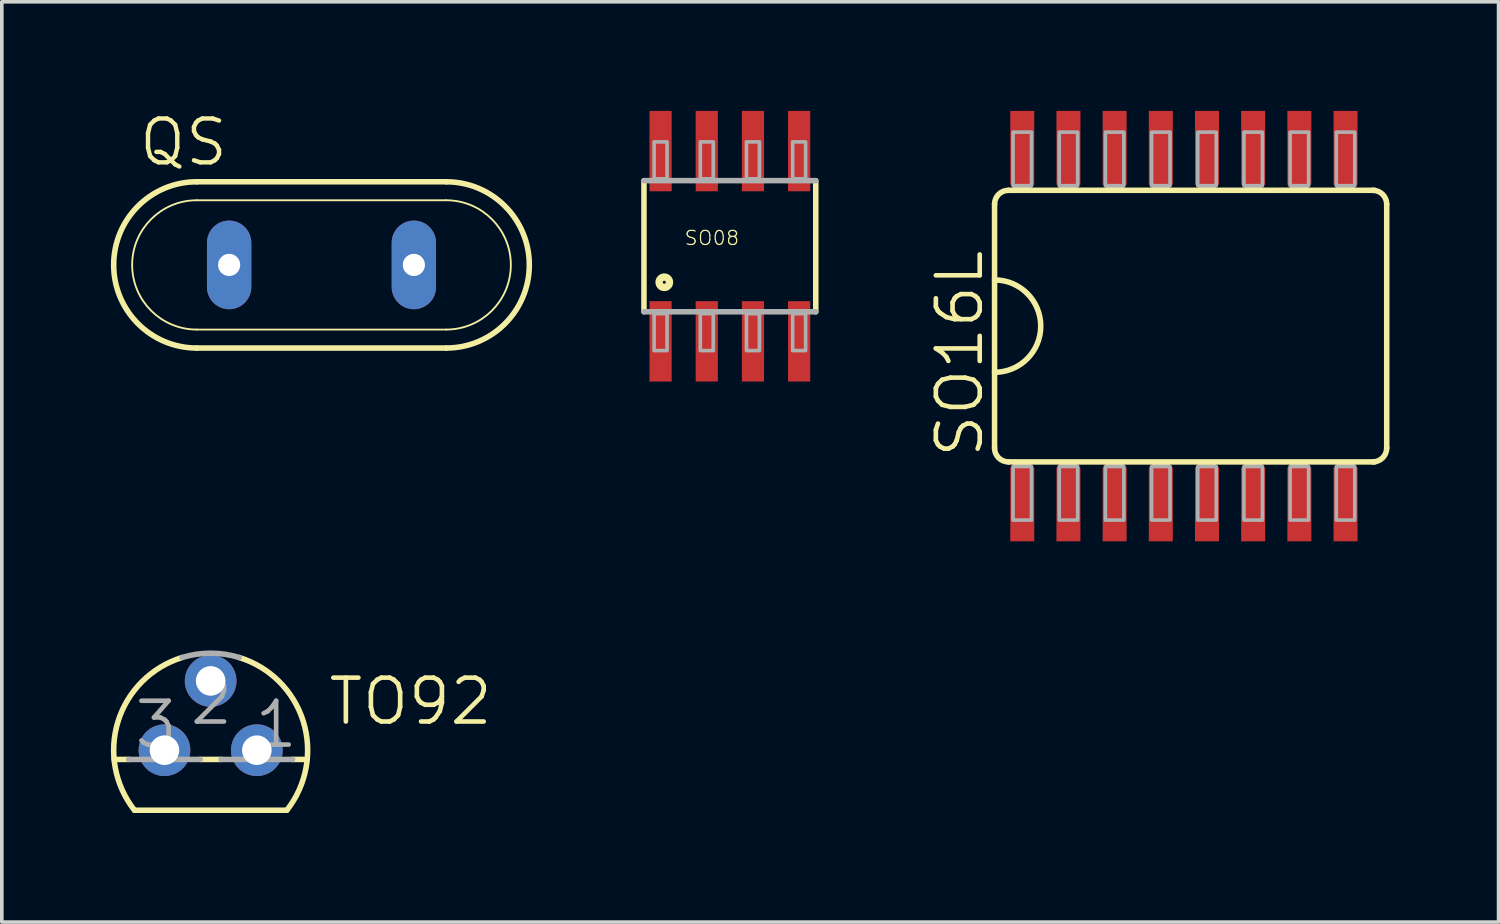
<source format=kicad_pcb>
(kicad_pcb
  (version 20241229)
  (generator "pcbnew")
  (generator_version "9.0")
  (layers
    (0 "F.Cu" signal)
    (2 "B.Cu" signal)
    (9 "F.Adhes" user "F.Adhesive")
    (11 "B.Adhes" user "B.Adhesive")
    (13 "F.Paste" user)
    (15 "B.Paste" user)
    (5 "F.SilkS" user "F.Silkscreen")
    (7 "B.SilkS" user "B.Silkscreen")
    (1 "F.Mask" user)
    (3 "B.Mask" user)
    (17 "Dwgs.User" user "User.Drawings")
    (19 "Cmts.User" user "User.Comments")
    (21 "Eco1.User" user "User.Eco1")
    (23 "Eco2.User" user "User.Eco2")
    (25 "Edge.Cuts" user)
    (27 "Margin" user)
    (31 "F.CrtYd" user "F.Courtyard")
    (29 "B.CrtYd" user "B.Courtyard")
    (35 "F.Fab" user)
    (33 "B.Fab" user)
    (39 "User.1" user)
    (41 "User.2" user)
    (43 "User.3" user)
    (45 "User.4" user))
  (footprint "SO08"
    (layer "F.Cu")
    (at 17.021 3.721)
    (property "Reference" "SO08" (at -1.27 0 0) (layer "F.SilkS") (effects (font (size 0.386 0.386) (thickness 0.033)) (justify left bottom)))
    (attr through_hole)
    (fp_line (start -2.362 -1.803) (end -2.362 1.803) (stroke (width 0.152) (type solid)) (layer "F.SilkS"))
    (fp_line (start 2.362 1.803) (end 2.362 -1.803) (stroke (width 0.152) (type solid)) (layer "F.SilkS"))
    (fp_circle (center -1.803 0.991) (end -1.66 0.991) (stroke (width 0.203) (type solid)) (fill no) (layer "F.SilkS"))
    (fp_line (start -2.362 1.803) (end 2.362 1.803) (stroke (width 0.152) (type solid)) (layer "F.Fab"))
    (fp_line (start 2.362 -1.803) (end -2.362 -1.803) (stroke (width 0.152) (type solid)) (layer "F.Fab"))
    (fp_poly (pts (xy -2.083 -1.854) (xy -1.727 -1.854) (xy -1.727 -2.87) (xy -2.083 -2.87)) (stroke (width 0.1) (type solid)) (fill no) (layer "F.Fab"))
    (fp_poly (pts (xy -2.083 2.87) (xy -1.727 2.87) (xy -1.727 1.854) (xy -2.083 1.854)) (stroke (width 0.1) (type solid)) (fill no) (layer "F.Fab"))
    (fp_poly (pts (xy -0.813 -1.854) (xy -0.457 -1.854) (xy -0.457 -2.87) (xy -0.813 -2.87)) (stroke (width 0.1) (type solid)) (fill no) (layer "F.Fab"))
    (fp_poly (pts (xy -0.813 2.87) (xy -0.457 2.87) (xy -0.457 1.854) (xy -0.813 1.854)) (stroke (width 0.1) (type solid)) (fill no) (layer "F.Fab"))
    (fp_poly (pts (xy 0.457 -1.854) (xy 0.813 -1.854) (xy 0.813 -2.87) (xy 0.457 -2.87)) (stroke (width 0.1) (type solid)) (fill no) (layer "F.Fab"))
    (fp_poly (pts (xy 0.457 2.87) (xy 0.813 2.87) (xy 0.813 1.854) (xy 0.457 1.854)) (stroke (width 0.1) (type solid)) (fill no) (layer "F.Fab"))
    (fp_poly (pts (xy 1.727 -1.854) (xy 2.083 -1.854) (xy 2.083 -2.87) (xy 1.727 -2.87)) (stroke (width 0.1) (type solid)) (fill no) (layer "F.Fab"))
    (fp_poly (pts (xy 1.727 2.87) (xy 2.083 2.87) (xy 2.083 1.854) (xy 1.727 1.854)) (stroke (width 0.1) (type solid)) (fill no) (layer "F.Fab"))
    (pad "1" smd rect (at -1.905 2.616) (size 0.61 2.21) (layers "F.Cu" "F.Mask" "F.Paste"))
    (pad "2" smd rect (at -0.635 2.616) (size 0.61 2.21) (layers "F.Cu" "F.Mask" "F.Paste"))
    (pad "3" smd rect (at 0.635 2.616) (size 0.61 2.21) (layers "F.Cu" "F.Mask" "F.Paste"))
    (pad "4" smd rect (at 1.905 2.616) (size 0.61 2.21) (layers "F.Cu" "F.Mask" "F.Paste"))
    (pad "5" smd rect (at 1.905 -2.616) (size 0.61 2.21) (layers "F.Cu" "F.Mask" "F.Paste"))
    (pad "6" smd rect (at 0.635 -2.616) (size 0.61 2.21) (layers "F.Cu" "F.Mask" "F.Paste"))
    (pad "7" smd rect (at -0.635 -2.616) (size 0.61 2.21) (layers "F.Cu" "F.Mask" "F.Paste"))
    (pad "8" smd rect (at -1.905 -2.616) (size 0.61 2.21) (layers "F.Cu" "F.Mask" "F.Paste")))
  (footprint "SO16L"
    (layer "F.Cu")
    (at 30.142 5.918)
    (property "Reference" "SO16L" (at -6.096 3.683 90) (layer "F.SilkS") (effects (font (size 1.206 1.206) (thickness 0.127)) (justify left bottom)))
    (attr through_hole)
    (fp_line (start -5.842 -3.353) (end -5.842 3.353) (stroke (width 0.152) (type solid)) (layer "F.SilkS"))
    (fp_line (start -5.461 -3.734) (end 4.61 -3.734) (stroke (width 0.152) (type solid)) (layer "F.SilkS"))
    (fp_line (start -5.461 3.734) (end 4.61 3.734) (stroke (width 0.152) (type solid)) (layer "F.SilkS"))
    (fp_line (start 4.942 3.353) (end 4.942 -3.353) (stroke (width 0.152) (type solid)) (layer "F.SilkS"))
    (fp_arc (start -5.842 -3.3528) (mid -5.730408 -3.622208) (end -5.461 -3.7338) (stroke (width 0.1524) (type solid)) (layer "F.SilkS"))
    (fp_arc (start -5.842 -1.27) (mid -4.572 0) (end -5.842 1.27) (stroke (width 0.1524) (type solid)) (layer "F.SilkS"))
    (fp_arc (start -5.461 3.7338) (mid -5.730408 3.622208) (end -5.842 3.3528) (stroke (width 0.1524) (type solid)) (layer "F.SilkS"))
    (fp_arc (start 4.561 -3.7338) (mid 4.830408 -3.622208) (end 4.942 -3.3528) (stroke (width 0.1524) (type solid)) (layer "F.SilkS"))
    (fp_arc (start 4.942 3.3528) (mid 4.830408 3.622208) (end 4.561 3.7338) (stroke (width 0.1524) (type solid)) (layer "F.SilkS"))
    (fp_poly (pts (xy -5.334 -3.734) (xy -4.826 -3.734) (xy -4.826 -3.861) (xy -5.334 -3.861)) (stroke (width 0) (type solid)) (fill yes) (layer "F.SilkS"))
    (fp_poly (pts (xy -5.334 3.861) (xy -4.826 3.861) (xy -4.826 3.734) (xy -5.334 3.734)) (stroke (width 0) (type solid)) (fill yes) (layer "F.SilkS"))
    (fp_poly (pts (xy -4.064 -3.734) (xy -3.556 -3.734) (xy -3.556 -3.861) (xy -4.064 -3.861)) (stroke (width 0) (type solid)) (fill yes) (layer "F.SilkS"))
    (fp_poly (pts (xy -4.064 3.861) (xy -3.556 3.861) (xy -3.556 3.734) (xy -4.064 3.734)) (stroke (width 0) (type solid)) (fill yes) (layer "F.SilkS"))
    (fp_poly (pts (xy -2.794 -3.734) (xy -2.286 -3.734) (xy -2.286 -3.861) (xy -2.794 -3.861)) (stroke (width 0) (type solid)) (fill yes) (layer "F.SilkS"))
    (fp_poly (pts (xy -2.794 3.861) (xy -2.286 3.861) (xy -2.286 3.734) (xy -2.794 3.734)) (stroke (width 0) (type solid)) (fill yes) (layer "F.SilkS"))
    (fp_poly (pts (xy -1.524 -3.734) (xy -1.016 -3.734) (xy -1.016 -3.861) (xy -1.524 -3.861)) (stroke (width 0) (type solid)) (fill yes) (layer "F.SilkS"))
    (fp_poly (pts (xy -1.524 3.861) (xy -1.016 3.861) (xy -1.016 3.734) (xy -1.524 3.734)) (stroke (width 0) (type solid)) (fill yes) (layer "F.SilkS"))
    (fp_poly (pts (xy -0.254 -3.734) (xy 0.254 -3.734) (xy 0.254 -3.861) (xy -0.254 -3.861)) (stroke (width 0) (type solid)) (fill yes) (layer "F.SilkS"))
    (fp_poly (pts (xy -0.254 3.861) (xy 0.254 3.861) (xy 0.254 3.734) (xy -0.254 3.734)) (stroke (width 0) (type solid)) (fill yes) (layer "F.SilkS"))
    (fp_poly (pts (xy 1.016 -3.734) (xy 1.524 -3.734) (xy 1.524 -3.861) (xy 1.016 -3.861)) (stroke (width 0) (type solid)) (fill yes) (layer "F.SilkS"))
    (fp_poly (pts (xy 1.016 3.861) (xy 1.524 3.861) (xy 1.524 3.734) (xy 1.016 3.734)) (stroke (width 0) (type solid)) (fill yes) (layer "F.SilkS"))
    (fp_poly (pts (xy 2.286 -3.734) (xy 2.794 -3.734) (xy 2.794 -3.861) (xy 2.286 -3.861)) (stroke (width 0) (type solid)) (fill yes) (layer "F.SilkS"))
    (fp_poly (pts (xy 2.286 3.861) (xy 2.794 3.861) (xy 2.794 3.734) (xy 2.286 3.734)) (stroke (width 0) (type solid)) (fill yes) (layer "F.SilkS"))
    (fp_poly (pts (xy 3.556 -3.734) (xy 4.064 -3.734) (xy 4.064 -3.861) (xy 3.556 -3.861)) (stroke (width 0) (type solid)) (fill yes) (layer "F.SilkS"))
    (fp_poly (pts (xy 3.556 3.861) (xy 4.064 3.861) (xy 4.064 3.734) (xy 3.556 3.734)) (stroke (width 0) (type solid)) (fill yes) (layer "F.SilkS"))
    (fp_poly (pts (xy -5.334 -3.861) (xy -4.826 -3.861) (xy -4.826 -5.334) (xy -5.334 -5.334)) (stroke (width 0.1) (type solid)) (fill no) (layer "F.Fab"))
    (fp_poly (pts (xy -5.334 5.334) (xy -4.826 5.334) (xy -4.826 3.861) (xy -5.334 3.861)) (stroke (width 0.1) (type solid)) (fill no) (layer "F.Fab"))
    (fp_poly (pts (xy -4.064 -3.861) (xy -3.556 -3.861) (xy -3.556 -5.334) (xy -4.064 -5.334)) (stroke (width 0.1) (type solid)) (fill no) (layer "F.Fab"))
    (fp_poly (pts (xy -4.064 5.334) (xy -3.556 5.334) (xy -3.556 3.861) (xy -4.064 3.861)) (stroke (width 0.1) (type solid)) (fill no) (layer "F.Fab"))
    (fp_poly (pts (xy -2.794 -3.861) (xy -2.286 -3.861) (xy -2.286 -5.334) (xy -2.794 -5.334)) (stroke (width 0.1) (type solid)) (fill no) (layer "F.Fab"))
    (fp_poly (pts (xy -2.794 5.334) (xy -2.286 5.334) (xy -2.286 3.861) (xy -2.794 3.861)) (stroke (width 0.1) (type solid)) (fill no) (layer "F.Fab"))
    (fp_poly (pts (xy -1.524 -3.861) (xy -1.016 -3.861) (xy -1.016 -5.334) (xy -1.524 -5.334)) (stroke (width 0.1) (type solid)) (fill no) (layer "F.Fab"))
    (fp_poly (pts (xy -1.524 5.334) (xy -1.016 5.334) (xy -1.016 3.861) (xy -1.524 3.861)) (stroke (width 0.1) (type solid)) (fill no) (layer "F.Fab"))
    (fp_poly (pts (xy -0.254 -3.861) (xy 0.254 -3.861) (xy 0.254 -5.334) (xy -0.254 -5.334)) (stroke (width 0.1) (type solid)) (fill no) (layer "F.Fab"))
    (fp_poly (pts (xy -0.254 5.334) (xy 0.254 5.334) (xy 0.254 3.861) (xy -0.254 3.861)) (stroke (width 0.1) (type solid)) (fill no) (layer "F.Fab"))
    (fp_poly (pts (xy 1.016 -3.861) (xy 1.524 -3.861) (xy 1.524 -5.334) (xy 1.016 -5.334)) (stroke (width 0.1) (type solid)) (fill no) (layer "F.Fab"))
    (fp_poly (pts (xy 1.016 5.334) (xy 1.524 5.334) (xy 1.524 3.861) (xy 1.016 3.861)) (stroke (width 0.1) (type solid)) (fill no) (layer "F.Fab"))
    (fp_poly (pts (xy 2.286 -3.861) (xy 2.794 -3.861) (xy 2.794 -5.334) (xy 2.286 -5.334)) (stroke (width 0.1) (type solid)) (fill no) (layer "F.Fab"))
    (fp_poly (pts (xy 2.286 5.334) (xy 2.794 5.334) (xy 2.794 3.861) (xy 2.286 3.861)) (stroke (width 0.1) (type solid)) (fill no) (layer "F.Fab"))
    (fp_poly (pts (xy 3.556 -3.861) (xy 4.064 -3.861) (xy 4.064 -5.334) (xy 3.556 -5.334)) (stroke (width 0.1) (type solid)) (fill no) (layer "F.Fab"))
    (fp_poly (pts (xy 3.556 5.334) (xy 4.064 5.334) (xy 4.064 3.861) (xy 3.556 3.861)) (stroke (width 0.1) (type solid)) (fill no) (layer "F.Fab"))
    (pad "1" smd rect (at -5.08 4.902) (size 0.66 2.032) (layers "F.Cu" "F.Mask" "F.Paste"))
    (pad "2" smd rect (at -3.81 4.902) (size 0.66 2.032) (layers "F.Cu" "F.Mask" "F.Paste"))
    (pad "3" smd rect (at -2.54 4.902) (size 0.66 2.032) (layers "F.Cu" "F.Mask" "F.Paste"))
    (pad "4" smd rect (at -1.27 4.902) (size 0.66 2.032) (layers "F.Cu" "F.Mask" "F.Paste"))
    (pad "5" smd rect (at 0 4.902) (size 0.66 2.032) (layers "F.Cu" "F.Mask" "F.Paste"))
    (pad "6" smd rect (at 1.27 4.902) (size 0.66 2.032) (layers "F.Cu" "F.Mask" "F.Paste"))
    (pad "7" smd rect (at 2.54 4.902) (size 0.66 2.032) (layers "F.Cu" "F.Mask" "F.Paste"))
    (pad "8" smd rect (at 3.81 4.902) (size 0.66 2.032) (layers "F.Cu" "F.Mask" "F.Paste"))
    (pad "9" smd rect (at 3.81 -4.902) (size 0.66 2.032) (layers "F.Cu" "F.Mask" "F.Paste"))
    (pad "10" smd rect (at 2.54 -4.902) (size 0.66 2.032) (layers "F.Cu" "F.Mask" "F.Paste"))
    (pad "11" smd rect (at 1.27 -4.902) (size 0.66 2.032) (layers "F.Cu" "F.Mask" "F.Paste"))
    (pad "12" smd rect (at 0 -4.902) (size 0.66 2.032) (layers "F.Cu" "F.Mask" "F.Paste"))
    (pad "13" smd rect (at -1.27 -4.902) (size 0.66 2.032) (layers "F.Cu" "F.Mask" "F.Paste"))
    (pad "14" smd rect (at -2.54 -4.902) (size 0.66 2.032) (layers "F.Cu" "F.Mask" "F.Paste"))
    (pad "15" smd rect (at -3.81 -4.902) (size 0.66 2.032) (layers "F.Cu" "F.Mask" "F.Paste"))
    (pad "16" smd rect (at -5.08 -4.902) (size 0.66 2.032) (layers "F.Cu" "F.Mask" "F.Paste")))
  (footprint "QS"
    (layer "F.Cu")
    (at 5.791 4.235)
    (property "Reference" "QS" (at -5.08 -2.667 0) (layer "F.SilkS") (effects (font (size 1.206 1.206) (thickness 0.121)) (justify left bottom)))
    (attr through_hole)
    (fp_line (start -3.429 1.778) (end 3.429 1.778) (stroke (width 0.051) (type solid)) (layer "F.SilkS"))
    (fp_line (start -3.429 2.286) (end 3.429 2.286) (stroke (width 0.152) (type solid)) (layer "F.SilkS"))
    (fp_line (start 3.429 -2.286) (end -3.429 -2.286) (stroke (width 0.152) (type solid)) (layer "F.SilkS"))
    (fp_line (start 3.429 -1.778) (end -3.429 -1.778) (stroke (width 0.051) (type solid)) (layer "F.SilkS"))
    (fp_arc (start -3.429 1.778) (mid -5.207 0) (end -3.429 -1.778) (stroke (width 0.0508) (type solid)) (layer "F.SilkS"))
    (fp_arc (start -3.429 2.286) (mid -5.715 0) (end -3.429 -2.286) (stroke (width 0.1524) (type solid)) (layer "F.SilkS"))
    (fp_arc (start 3.429 -2.286) (mid 5.715 0) (end 3.429 2.286) (stroke (width 0.1524) (type solid)) (layer "F.SilkS"))
    (fp_arc (start 3.429 -1.778) (mid 5.207 0) (end 3.429 1.778) (stroke (width 0.0508) (type solid)) (layer "F.SilkS"))
    (pad "1" thru_hole oval (at -2.54 0 90) (size 2.438 1.219) (drill 0.61) (layers "*.Cu" "*.Mask"))
    (pad "2" thru_hole oval (at 2.54 0 90) (size 2.438 1.219) (drill 0.61) (layers "*.Cu" "*.Mask")))
  (footprint "TO92"
    (layer "F.Cu")
    (at 2.743 17.58)
    (property "Reference" "TO92" (at 3.175 -0.635 0) (layer "F.SilkS") (effects (font (size 1.206 1.206) (thickness 0.127)) (justify left bottom)))
    (attr through_hole)
    (fp_line (start -2.655 0.254) (end -2.254 0.254) (stroke (width 0.152) (type solid)) (layer "F.SilkS"))
    (fp_line (start -2.095 1.651) (end 2.095 1.651) (stroke (width 0.152) (type solid)) (layer "F.SilkS"))
    (fp_line (start -0.286 0.254) (end 0.286 0.254) (stroke (width 0.152) (type solid)) (layer "F.SilkS"))
    (fp_line (start 2.254 0.254) (end 2.655 0.254) (stroke (width 0.152) (type solid)) (layer "F.SilkS"))
    (fp_arc (start -2.0946 1.651) (mid -2.54634 -0.793276) (end -0.786301 -2.548501) (stroke (width 0.1524) (type solid)) (layer "F.SilkS"))
    (fp_arc (start 0.7868 -2.5484) (mid 2.54677 -0.793202) (end 2.095 1.650999) (stroke (width 0.1524) (type solid)) (layer "F.SilkS"))
    (fp_line (start -2.254 0.254) (end -0.286 0.254) (stroke (width 0.152) (type solid)) (layer "F.Fab"))
    (fp_line (start 0.286 0.254) (end 2.254 0.254) (stroke (width 0.152) (type solid)) (layer "F.Fab"))
    (fp_arc (start -0.7863 -2.5485) (mid 0 -2.667043) (end 0.7863 -2.5485) (stroke (width 0.1524) (type solid)) (layer "F.Fab"))
    (fp_text user "2" (at -0.635 -0.635 0) (layer "F.Fab") (effects (font (size 1.206 1.206) (thickness 0.127)) (justify left bottom)))
    (fp_text user "1" (at 1.143 0 0) (layer "F.Fab") (effects (font (size 1.206 1.206) (thickness 0.127)) (justify left bottom)))
    (fp_text user "3" (at -2.159 0 0) (layer "F.Fab") (effects (font (size 1.206 1.206) (thickness 0.127)) (justify left bottom)))
    (pad "1" thru_hole circle (at 1.27 0) (size 1.422 1.422) (drill 0.813) (layers "*.Cu" "*.Mask"))
    (pad "2" thru_hole circle (at 0 -1.905) (size 1.422 1.422) (drill 0.813) (layers "*.Cu" "*.Mask"))
    (pad "3" thru_hole circle (at -1.27 0) (size 1.422 1.422) (drill 0.813) (layers "*.Cu" "*.Mask")))
  (gr_rect
    (start -3 -3)
    (end 38.16 22.307)
    (stroke (width 0.1) (type default))
    (fill no)
    (layer "Edge.Cuts")))
</source>
